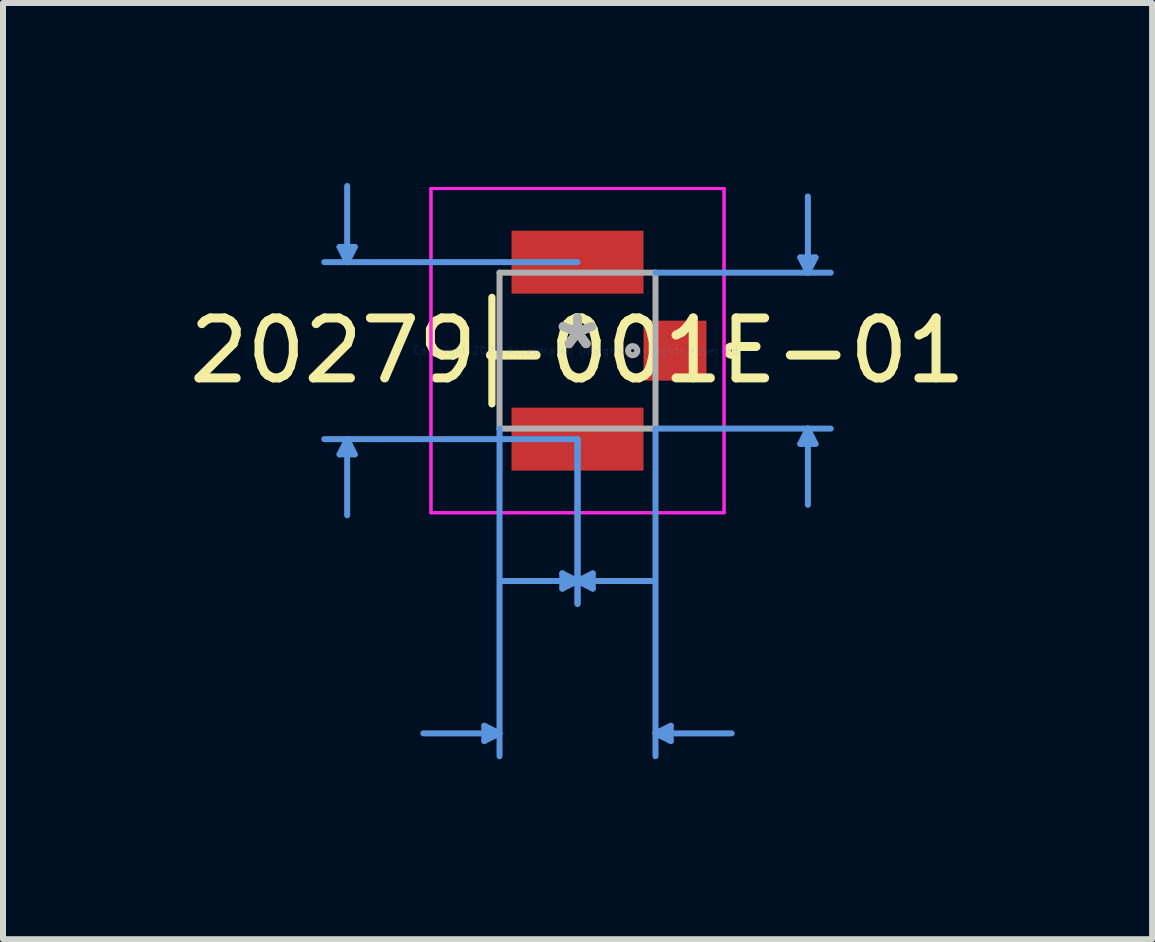
<source format=kicad_pcb>
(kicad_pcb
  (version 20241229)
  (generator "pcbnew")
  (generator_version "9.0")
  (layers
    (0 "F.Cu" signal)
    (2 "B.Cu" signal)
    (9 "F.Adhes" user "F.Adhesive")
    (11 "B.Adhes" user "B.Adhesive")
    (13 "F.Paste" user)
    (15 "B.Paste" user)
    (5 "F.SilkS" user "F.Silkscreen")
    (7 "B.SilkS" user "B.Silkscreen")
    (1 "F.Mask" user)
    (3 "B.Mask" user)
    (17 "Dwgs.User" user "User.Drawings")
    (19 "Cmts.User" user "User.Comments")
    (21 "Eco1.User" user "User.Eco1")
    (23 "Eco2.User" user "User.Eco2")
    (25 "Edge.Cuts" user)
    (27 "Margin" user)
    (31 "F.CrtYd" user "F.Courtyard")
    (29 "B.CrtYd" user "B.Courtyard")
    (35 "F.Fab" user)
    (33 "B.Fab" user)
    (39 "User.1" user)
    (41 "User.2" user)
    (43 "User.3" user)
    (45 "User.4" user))
  (footprint "20279-001E-01"
    (layer "F.Cu")
    (at 6.577 2.795)
    (property "Reference" "20279-001E-01" (at 0 0 0) (layer "F.SilkS") (effects (font (size 1 1) (thickness 0.15))))
    (attr through_hole)
    (fp_line (start -1.427 -0.888) (end -1.427 0.888) (stroke (width 0.12) (type solid)) (layer "F.SilkS"))
    (fp_circle (center 2.57 0) (end 2.646 0) (stroke (width 0.12) (type solid)) (fill no) (layer "F.SilkS"))
    (fp_line (start -3.967 -1.729) (end -3.713 -1.729) (stroke (width 0.1) (type solid)) (layer "Cmts.User"))
    (fp_line (start -3.967 1.729) (end -3.713 1.729) (stroke (width 0.1) (type solid)) (layer "Cmts.User"))
    (fp_line (start -3.84 -1.475) (end -3.967 -1.729) (stroke (width 0.1) (type solid)) (layer "Cmts.User"))
    (fp_line (start -3.84 -1.475) (end -3.84 -2.745) (stroke (width 0.1) (type solid)) (layer "Cmts.User"))
    (fp_line (start -3.84 -1.475) (end -3.713 -1.729) (stroke (width 0.1) (type solid)) (layer "Cmts.User"))
    (fp_line (start -3.84 1.475) (end -3.967 1.729) (stroke (width 0.1) (type solid)) (layer "Cmts.User"))
    (fp_line (start -3.84 1.475) (end -3.84 2.745) (stroke (width 0.1) (type solid)) (layer "Cmts.User"))
    (fp_line (start -3.84 1.475) (end -3.713 1.729) (stroke (width 0.1) (type solid)) (layer "Cmts.User"))
    (fp_line (start -1.554 6.253) (end -1.554 6.507) (stroke (width 0.1) (type solid)) (layer "Cmts.User"))
    (fp_line (start -1.3 1.3) (end -1.3 6.761) (stroke (width 0.1) (type solid)) (layer "Cmts.User"))
    (fp_line (start -1.3 6.38) (end -2.57 6.38) (stroke (width 0.1) (type solid)) (layer "Cmts.User"))
    (fp_line (start -1.3 6.38) (end -1.554 6.253) (stroke (width 0.1) (type solid)) (layer "Cmts.User"))
    (fp_line (start -1.3 6.38) (end -1.554 6.507) (stroke (width 0.1) (type solid)) (layer "Cmts.User"))
    (fp_line (start -0.254 3.713) (end -0.254 3.967) (stroke (width 0.1) (type solid)) (layer "Cmts.User"))
    (fp_line (start 0 -1.475) (end -4.221 -1.475) (stroke (width 0.1) (type solid)) (layer "Cmts.User"))
    (fp_line (start 0 1.475) (end -4.221 1.475) (stroke (width 0.1) (type solid)) (layer "Cmts.User"))
    (fp_line (start 0 1.475) (end 0 4.221) (stroke (width 0.1) (type solid)) (layer "Cmts.User"))
    (fp_line (start 0 1.475) (end 0 4.221) (stroke (width 0.1) (type solid)) (layer "Cmts.User"))
    (fp_line (start 0 3.84) (end -1.27 3.84) (stroke (width 0.1) (type solid)) (layer "Cmts.User"))
    (fp_line (start 0 3.84) (end -0.254 3.713) (stroke (width 0.1) (type solid)) (layer "Cmts.User"))
    (fp_line (start 0 3.84) (end -0.254 3.967) (stroke (width 0.1) (type solid)) (layer "Cmts.User"))
    (fp_line (start 0 3.84) (end 0.254 3.713) (stroke (width 0.1) (type solid)) (layer "Cmts.User"))
    (fp_line (start 0 3.84) (end 0.254 3.967) (stroke (width 0.1) (type solid)) (layer "Cmts.User"))
    (fp_line (start 0 3.84) (end 1.27 3.84) (stroke (width 0.1) (type solid)) (layer "Cmts.User"))
    (fp_line (start 0.254 3.713) (end 0.254 3.967) (stroke (width 0.1) (type solid)) (layer "Cmts.User"))
    (fp_line (start 1.3 -1.3) (end 4.221 -1.3) (stroke (width 0.1) (type solid)) (layer "Cmts.User"))
    (fp_line (start 1.3 1.3) (end 1.3 6.761) (stroke (width 0.1) (type solid)) (layer "Cmts.User"))
    (fp_line (start 1.3 1.3) (end 4.221 1.3) (stroke (width 0.1) (type solid)) (layer "Cmts.User"))
    (fp_line (start 1.3 6.38) (end 1.554 6.253) (stroke (width 0.1) (type solid)) (layer "Cmts.User"))
    (fp_line (start 1.3 6.38) (end 1.554 6.507) (stroke (width 0.1) (type solid)) (layer "Cmts.User"))
    (fp_line (start 1.3 6.38) (end 2.57 6.38) (stroke (width 0.1) (type solid)) (layer "Cmts.User"))
    (fp_line (start 1.554 6.253) (end 1.554 6.507) (stroke (width 0.1) (type solid)) (layer "Cmts.User"))
    (fp_line (start 3.713 -1.554) (end 3.967 -1.554) (stroke (width 0.1) (type solid)) (layer "Cmts.User"))
    (fp_line (start 3.713 1.554) (end 3.967 1.554) (stroke (width 0.1) (type solid)) (layer "Cmts.User"))
    (fp_line (start 3.84 -1.3) (end 3.713 -1.554) (stroke (width 0.1) (type solid)) (layer "Cmts.User"))
    (fp_line (start 3.84 -1.3) (end 3.84 -2.57) (stroke (width 0.1) (type solid)) (layer "Cmts.User"))
    (fp_line (start 3.84 -1.3) (end 3.967 -1.554) (stroke (width 0.1) (type solid)) (layer "Cmts.User"))
    (fp_line (start 3.84 1.3) (end 3.713 1.554) (stroke (width 0.1) (type solid)) (layer "Cmts.User"))
    (fp_line (start 3.84 1.3) (end 3.84 2.57) (stroke (width 0.1) (type solid)) (layer "Cmts.User"))
    (fp_line (start 3.84 1.3) (end 3.967 1.554) (stroke (width 0.1) (type solid)) (layer "Cmts.User"))
    (fp_line (start -2.443 -2.702) (end 2.443 -2.702) (stroke (width 0.05) (type solid)) (layer "F.CrtYd"))
    (fp_line (start -2.443 -2.702) (end 2.443 -2.702) (stroke (width 0.05) (type solid)) (layer "F.CrtYd"))
    (fp_line (start -2.443 2.702) (end -2.443 -2.702) (stroke (width 0.05) (type solid)) (layer "F.CrtYd"))
    (fp_line (start -2.443 2.702) (end -2.443 -2.702) (stroke (width 0.05) (type solid)) (layer "F.CrtYd"))
    (fp_line (start 2.443 -2.702) (end 2.443 2.702) (stroke (width 0.05) (type solid)) (layer "F.CrtYd"))
    (fp_line (start 2.443 -2.702) (end 2.443 2.702) (stroke (width 0.05) (type solid)) (layer "F.CrtYd"))
    (fp_line (start 2.443 2.702) (end -2.443 2.702) (stroke (width 0.05) (type solid)) (layer "F.CrtYd"))
    (fp_line (start 2.443 2.702) (end -2.443 2.702) (stroke (width 0.05) (type solid)) (layer "F.CrtYd"))
    (fp_line (start -1.3 -1.3) (end -1.3 1.3) (stroke (width 0.1) (type solid)) (layer "F.Fab"))
    (fp_line (start -1.3 1.3) (end 1.3 1.3) (stroke (width 0.1) (type solid)) (layer "F.Fab"))
    (fp_line (start 1.3 -1.3) (end -1.3 -1.3) (stroke (width 0.1) (type solid)) (layer "F.Fab"))
    (fp_line (start 1.3 1.3) (end 1.3 -1.3) (stroke (width 0.1) (type solid)) (layer "F.Fab"))
    (fp_circle (center 0.919 0) (end 0.995 0) (stroke (width 0.1) (type solid)) (fill no) (layer "F.Fab"))
    (fp_text user "*" (at 0 0 0) (layer "F.SilkS") (effects (font (size 1 1) (thickness 0.15))))
    (fp_text user "Copyright 2021 Accelerated Designs. All rights reserved." (at 0 0 0) (layer "Cmts.User") (effects (font (size 0.127 0.127) (thickness 0.002))))
    (fp_text user "*" (at 0 0 0) (layer "F.Fab") (effects (font (size 1 1) (thickness 0.15))))
    (pad "1" smd rect (at 0 -1.475) (size 2.2 1.05) (layers "F.Cu" "F.Mask" "F.Paste"))
    (pad "2" smd rect (at 0 1.475) (size 2.2 1.05) (layers "F.Cu" "F.Mask" "F.Paste"))
    (pad "3" smd rect (at 1.625 0) (size 1.05 1) (layers "F.Cu" "F.Mask" "F.Paste")))
  (gr_rect
    (start -3 -3)
    (end 16.155 12.606)
    (stroke (width 0.1) (type default))
    (fill no)
    (layer "Edge.Cuts")))
</source>
